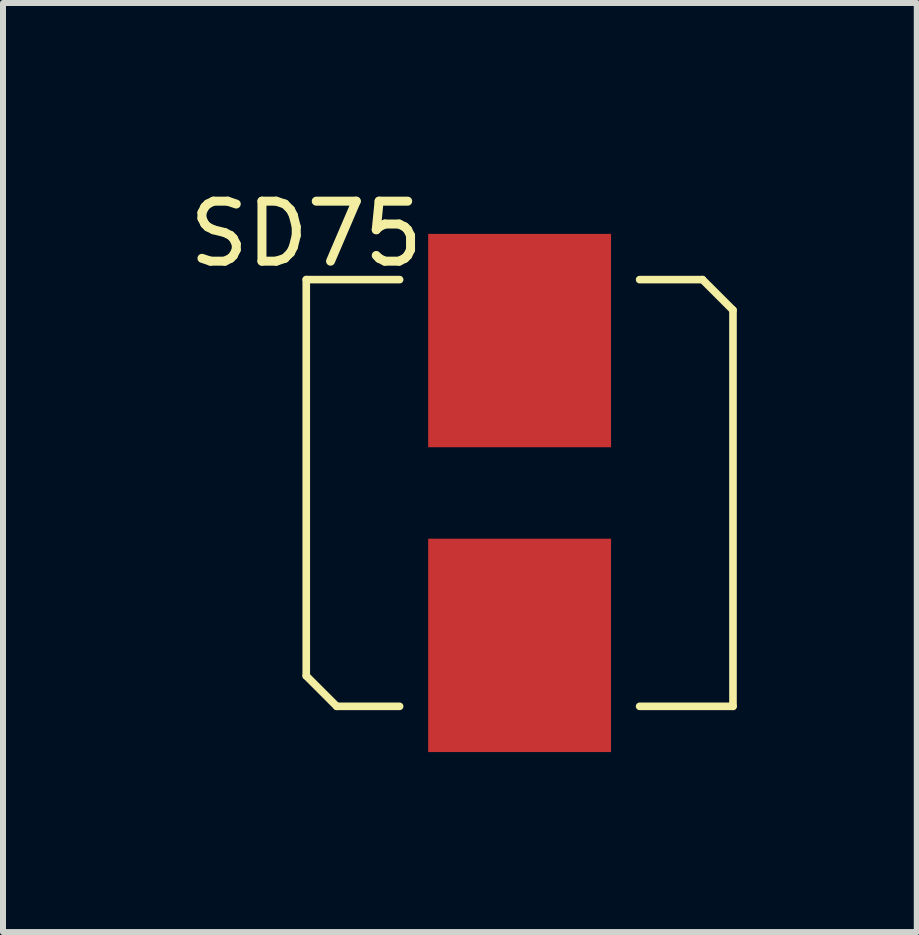
<source format=kicad_pcb>
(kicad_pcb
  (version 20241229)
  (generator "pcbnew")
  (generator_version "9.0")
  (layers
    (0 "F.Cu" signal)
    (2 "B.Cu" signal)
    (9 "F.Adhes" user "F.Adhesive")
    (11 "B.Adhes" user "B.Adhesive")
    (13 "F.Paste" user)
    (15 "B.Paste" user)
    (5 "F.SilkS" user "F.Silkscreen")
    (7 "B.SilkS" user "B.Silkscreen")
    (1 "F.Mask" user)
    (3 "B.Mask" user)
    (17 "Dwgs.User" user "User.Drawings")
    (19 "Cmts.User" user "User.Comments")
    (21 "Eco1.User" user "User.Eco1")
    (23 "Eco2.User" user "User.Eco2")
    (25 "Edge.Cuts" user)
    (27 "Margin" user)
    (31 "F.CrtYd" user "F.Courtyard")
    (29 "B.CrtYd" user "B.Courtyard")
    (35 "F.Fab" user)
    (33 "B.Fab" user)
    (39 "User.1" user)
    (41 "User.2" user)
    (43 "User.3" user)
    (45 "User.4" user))
  (footprint "SD75"
    (layer "F.Cu")
    (at 5.61 5.166)
    (property "Reference" "SD75" (at -3.556 -4.318 0) (layer "F.SilkS") (effects (font (size 1 1) (thickness 0.15))))
    (attr smd)
    (fp_line (start -3.556 -3.556) (end -3.556 3.048) (stroke (width 0.127) (type solid)) (layer "F.SilkS"))
    (fp_line (start -3.556 3.048) (end -3.048 3.556) (stroke (width 0.127) (type solid)) (layer "F.SilkS"))
    (fp_line (start -3.048 3.556) (end -2 3.556) (stroke (width 0.127) (type solid)) (layer "F.SilkS"))
    (fp_line (start -2 -3.556) (end -3.556 -3.556) (stroke (width 0.127) (type solid)) (layer "F.SilkS"))
    (fp_line (start 2 3.556) (end 3.556 3.556) (stroke (width 0.127) (type solid)) (layer "F.SilkS"))
    (fp_line (start 3.048 -3.556) (end 2 -3.556) (stroke (width 0.127) (type solid)) (layer "F.SilkS"))
    (fp_line (start 3.556 -3.048) (end 3.048 -3.556) (stroke (width 0.127) (type solid)) (layer "F.SilkS"))
    (fp_line (start 3.556 3.556) (end 3.556 -3.048) (stroke (width 0.127) (type solid)) (layer "F.SilkS"))
    (pad "" smd rect (at 0 -3.85) (size 3.048 0.9) (layers "F.Paste"))
    (pad "" smd rect (at 0 -2.54) (size 3.048 0.9) (layers "F.Paste"))
    (pad "" smd rect (at 0 -1.25) (size 3.048 0.9) (layers "F.Paste"))
    (pad "" smd rect (at 0 1.25) (size 3.048 0.9) (layers "F.Paste"))
    (pad "" smd rect (at 0 2.54) (size 3.048 0.9) (layers "F.Paste"))
    (pad "" smd rect (at 0 3.85) (size 3.048 0.9) (layers "F.Paste"))
    (pad "1" smd rect (at 0 -2.54) (size 3.048 3.556) (layers "F.Cu" "F.Mask"))
    (pad "2" smd rect (at 0 2.54) (size 3.048 3.556) (layers "F.Cu" "F.Mask")))
  (gr_rect
    (start -3 -3)
    (end 12.229 12.484)
    (stroke (width 0.1) (type default))
    (fill no)
    (layer "Edge.Cuts")))
</source>
